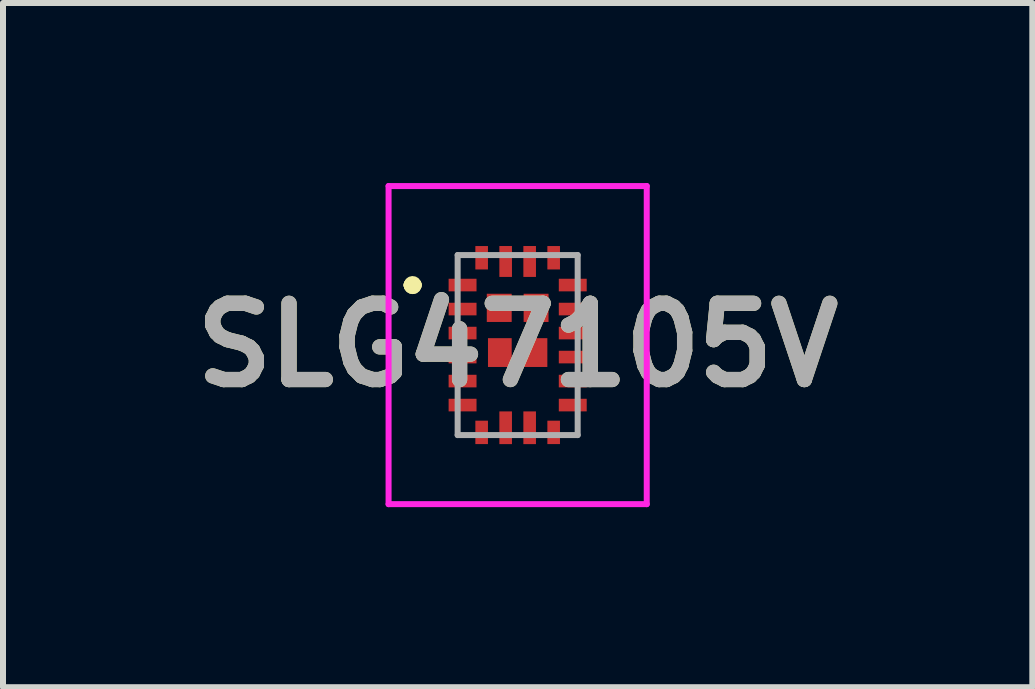
<source format=kicad_pcb>
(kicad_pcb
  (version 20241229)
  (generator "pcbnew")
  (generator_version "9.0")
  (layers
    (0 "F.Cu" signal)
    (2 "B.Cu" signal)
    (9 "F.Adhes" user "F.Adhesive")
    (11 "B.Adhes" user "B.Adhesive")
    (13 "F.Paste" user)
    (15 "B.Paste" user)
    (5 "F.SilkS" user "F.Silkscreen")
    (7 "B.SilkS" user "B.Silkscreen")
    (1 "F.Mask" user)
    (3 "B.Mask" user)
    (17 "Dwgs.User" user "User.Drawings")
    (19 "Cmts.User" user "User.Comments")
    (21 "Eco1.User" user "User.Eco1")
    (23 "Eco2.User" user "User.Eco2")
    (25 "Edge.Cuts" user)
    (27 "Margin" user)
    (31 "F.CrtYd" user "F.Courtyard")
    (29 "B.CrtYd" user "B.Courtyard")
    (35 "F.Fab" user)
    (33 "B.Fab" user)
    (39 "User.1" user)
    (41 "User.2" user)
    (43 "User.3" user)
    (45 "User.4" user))
  (footprint "SLG47105V"
    (layer "F.Cu")
    (at 5.576 2.7)
    (property "Reference" "SLG47105V" (at 0 0 0) (layer "F.SilkS") (effects (font (size 1.27 1.27) (thickness 0.254))))
    (attr smd)
    (fp_line (start -1.8 -1) (end -1.8 -1) (stroke (width 0.2) (type solid)) (layer "F.SilkS"))
    (fp_line (start -1.8 -1) (end -1.8 -1) (stroke (width 0.2) (type solid)) (layer "F.SilkS"))
    (fp_line (start -1.7 -1) (end -1.7 -1) (stroke (width 0.2) (type solid)) (layer "F.SilkS"))
    (fp_arc (start -1.8 -1) (mid -1.75 -1.05) (end -1.7 -1) (stroke (width 0.2) (type solid)) (layer "F.SilkS"))
    (fp_arc (start -1.7 -1) (mid -1.75 -0.95) (end -1.8 -1) (stroke (width 0.2) (type solid)) (layer "F.SilkS"))
    (fp_arc (start -1.7 -1) (mid -1.75 -0.95) (end -1.8 -1) (stroke (width 0.2) (type solid)) (layer "F.SilkS"))
    (fp_line (start -2.151 -2.65) (end 2.151 -2.65) (stroke (width 0.1) (type solid)) (layer "F.CrtYd"))
    (fp_line (start -2.151 2.651) (end -2.151 -2.65) (stroke (width 0.1) (type solid)) (layer "F.CrtYd"))
    (fp_line (start 2.151 -2.65) (end 2.151 2.651) (stroke (width 0.1) (type solid)) (layer "F.CrtYd"))
    (fp_line (start 2.151 2.651) (end -2.151 2.651) (stroke (width 0.1) (type solid)) (layer "F.CrtYd"))
    (fp_line (start -1 -1.5) (end -1 1.5) (stroke (width 0.1) (type solid)) (layer "F.Fab"))
    (fp_line (start -1 1.5) (end 1 1.5) (stroke (width 0.1) (type solid)) (layer "F.Fab"))
    (fp_line (start 1 -1.5) (end -1 -1.5) (stroke (width 0.1) (type solid)) (layer "F.Fab"))
    (fp_line (start 1 1.5) (end 1 -1.5) (stroke (width 0.1) (type solid)) (layer "F.Fab"))
    (fp_text user "${REFERENCE}" (at 0 0 0) (layer "F.Fab") (effects (font (size 1.27 1.27) (thickness 0.254))))
    (pad "1" smd rect (at -0.918 -1 90) (size 0.21 0.465) (layers "F.Cu" "F.Mask" "F.Paste"))
    (pad "2" smd rect (at -0.918 -0.6 90) (size 0.21 0.465) (layers "F.Cu" "F.Mask" "F.Paste"))
    (pad "3" smd rect (at -0.918 -0.2 90) (size 0.21 0.465) (layers "F.Cu" "F.Mask" "F.Paste"))
    (pad "4" smd rect (at -0.918 0.2 90) (size 0.21 0.465) (layers "F.Cu" "F.Mask" "F.Paste"))
    (pad "5" smd rect (at -0.918 0.6 90) (size 0.21 0.465) (layers "F.Cu" "F.Mask" "F.Paste"))
    (pad "6" smd rect (at -0.918 1 90) (size 0.21 0.465) (layers "F.Cu" "F.Mask" "F.Paste"))
    (pad "7" smd rect (at -0.6 1.455) (size 0.21 0.39) (layers "F.Cu" "F.Mask" "F.Paste"))
    (pad "8" smd rect (at -0.2 1.378) (size 0.21 0.545) (layers "F.Cu" "F.Mask" "F.Paste"))
    (pad "9" smd rect (at 0.2 1.378) (size 0.21 0.545) (layers "F.Cu" "F.Mask" "F.Paste"))
    (pad "10" smd rect (at 0.6 1.455) (size 0.21 0.39) (layers "F.Cu" "F.Mask" "F.Paste"))
    (pad "11" smd rect (at 0.918 1 90) (size 0.21 0.465) (layers "F.Cu" "F.Mask" "F.Paste"))
    (pad "12" smd rect (at 0.918 0.6 90) (size 0.21 0.465) (layers "F.Cu" "F.Mask" "F.Paste"))
    (pad "13" smd rect (at 0.918 0.2 90) (size 0.21 0.465) (layers "F.Cu" "F.Mask" "F.Paste"))
    (pad "14" smd rect (at 0.918 -0.2 90) (size 0.21 0.465) (layers "F.Cu" "F.Mask" "F.Paste"))
    (pad "15" smd rect (at 0.918 -0.6 90) (size 0.21 0.465) (layers "F.Cu" "F.Mask" "F.Paste"))
    (pad "16" smd rect (at 0.918 -1 90) (size 0.21 0.465) (layers "F.Cu" "F.Mask" "F.Paste"))
    (pad "17" smd rect (at 0.6 -1.455) (size 0.21 0.39) (layers "F.Cu" "F.Mask" "F.Paste"))
    (pad "18" smd rect (at 0.2 -1.393) (size 0.21 0.515) (layers "F.Cu" "F.Mask" "F.Paste"))
    (pad "19" smd rect (at -0.2 -1.393) (size 0.21 0.515) (layers "F.Cu" "F.Mask" "F.Paste"))
    (pad "20" smd rect (at -0.6 -1.455) (size 0.21 0.39) (layers "F.Cu" "F.Mask" "F.Paste"))
    (pad "21" smd rect (at -0.307 -0.62) (size 0.415 0.47) (layers "F.Cu" "F.Mask" "F.Paste"))
    (pad "22" smd rect (at -0.297 0.125) (size 0.395 0.48) (layers "F.Cu" "F.Mask" "F.Paste"))
    (pad "23" smd rect (at 0.297 0.125) (size 0.395 0.48) (layers "F.Cu" "F.Mask" "F.Paste"))
    (pad "24" smd rect (at 0.307 -0.62) (size 0.415 0.47) (layers "F.Cu" "F.Mask" "F.Paste")))
  (gr_rect
    (start -3 -3)
    (end 14.152 8.401)
    (stroke (width 0.1) (type default))
    (fill no)
    (layer "Edge.Cuts")))
</source>
